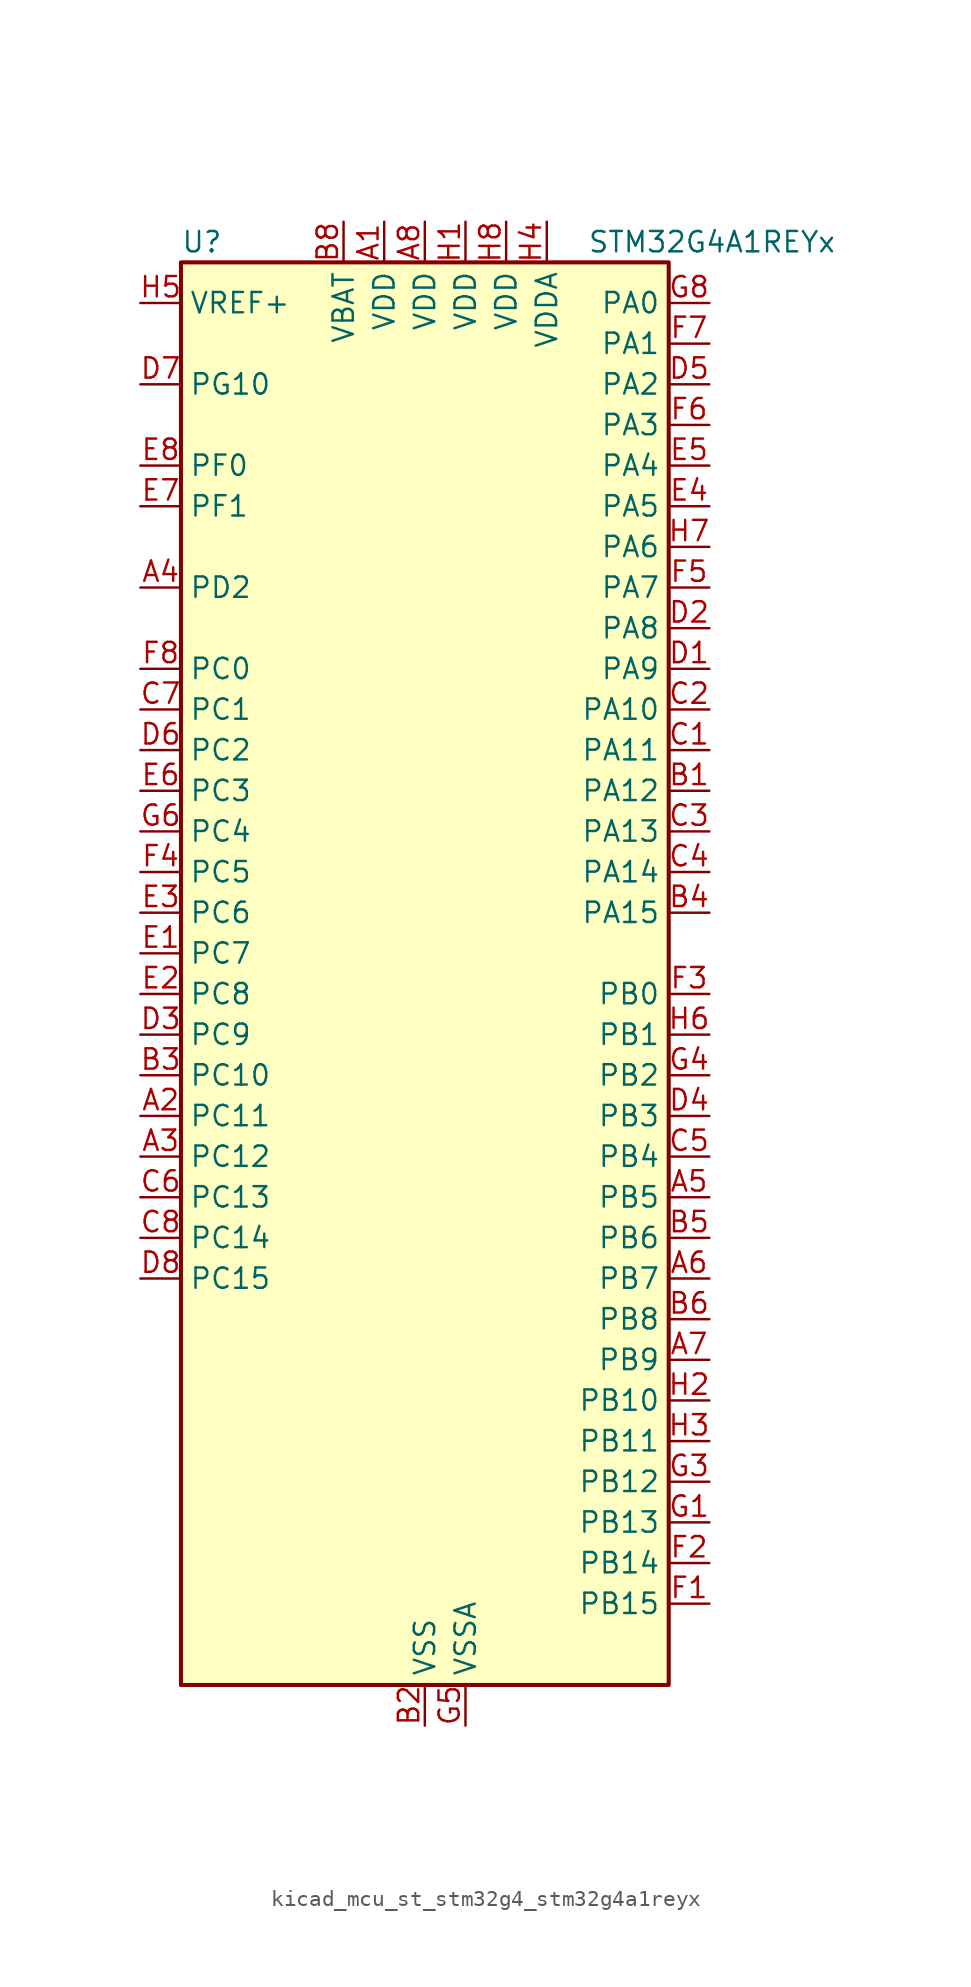
<source format=kicad_sym>
(kicad_symbol_lib
  (version 20220914)
  (generator kicad_symbol_editor)
  (symbol "kicad_mcu_st_stm32g4_stm32g4a1reyx"
    (property "Reference" "U"
      (at -15.24 46.99 0)
      (effects (font (size 1.27 1.27)) (justify left)))
    (property "Value" "STM32G4A1REYx"
      (at 10.16 46.99 0)
      (effects (font (size 1.27 1.27)) (justify left)))
    (property "ki_locked" ""
      (at 0 0 0)
      (effects (font (size 1.27 1.27))))
    (symbol "kicad_mcu_st_stm32g4_stm32g4a1reyx_0_1"
      (rectangle (start -15.24 -43.18) (end 15.24 45.72) (stroke (width 0.254) (type default)) (fill (type background))))
    (symbol "kicad_mcu_st_stm32g4_stm32g4a1reyx_1_1"
      (pin power_in line (at -2.54 48.26 270) (length 2.54) (name "VDD" (effects (font (size 1.27 1.27)))) (number "A1" (effects (font (size 1.27 1.27)))))
      (pin bidirectional line (at -17.78 -7.62 0) (length 2.54) (name "PC11" (effects (font (size 1.27 1.27)))) (number "A2" (effects (font (size 1.27 1.27)))) (alternate "ADC1_EXTI11" bidirectional line) (alternate "ADC2_EXTI11" bidirectional line) (alternate "I2C3_SDA" bidirectional line) (alternate "SPI3_MISO" bidirectional line) (alternate "TIM8_CH2N" bidirectional line) (alternate "UART4_RX" bidirectional line) (alternate "USART3_RX" bidirectional line))
      (pin bidirectional line (at -17.78 -10.16 0) (length 2.54) (name "PC12" (effects (font (size 1.27 1.27)))) (number "A3" (effects (font (size 1.27 1.27)))) (alternate "I2S3_SD" bidirectional line) (alternate "SPI3_MOSI" bidirectional line) (alternate "TIM8_CH3N" bidirectional line) (alternate "UART5_TX" bidirectional line) (alternate "UCPD1_FRSTX1" bidirectional line) (alternate "UCPD1_FRSTX2" bidirectional line) (alternate "USART3_CK" bidirectional line))
      (pin bidirectional line (at -17.78 25.4 0) (length 2.54) (name "PD2" (effects (font (size 1.27 1.27)))) (number "A4" (effects (font (size 1.27 1.27)))) (alternate "ADC3_EXTI2" bidirectional line) (alternate "TIM3_ETR" bidirectional line) (alternate "TIM8_BKIN" bidirectional line) (alternate "UART5_RX" bidirectional line))
      (pin bidirectional line (at 17.78 -12.7 180) (length 2.54) (name "PB5" (effects (font (size 1.27 1.27)))) (number "A5" (effects (font (size 1.27 1.27)))) (alternate "FDCAN2_RX" bidirectional line) (alternate "I2C1_SMBA" bidirectional line) (alternate "I2C3_SDA" bidirectional line) (alternate "I2S3_SD" bidirectional line) (alternate "LPTIM1_IN1" bidirectional line) (alternate "SAI1_SD_B" bidirectional line) (alternate "SPI1_MOSI" bidirectional line) (alternate "SPI3_MOSI" bidirectional line) (alternate "TIM16_BKIN" bidirectional line) (alternate "TIM17_CH1" bidirectional line) (alternate "TIM3_CH2" bidirectional line) (alternate "TIM8_CH3N" bidirectional line) (alternate "UART5_CTS" bidirectional line) (alternate "USART2_CK" bidirectional line))
      (pin bidirectional line (at 17.78 -17.78 180) (length 2.54) (name "PB7" (effects (font (size 1.27 1.27)))) (number "A6" (effects (font (size 1.27 1.27)))) (alternate "COMP3_OUT" bidirectional line) (alternate "I2C1_SDA" bidirectional line) (alternate "LPTIM1_IN2" bidirectional line) (alternate "SYS_PVD_IN" bidirectional line) (alternate "TIM17_CH1N" bidirectional line) (alternate "TIM3_CH4" bidirectional line) (alternate "TIM4_CH2" bidirectional line) (alternate "TIM8_BKIN" bidirectional line) (alternate "UART4_CTS" bidirectional line) (alternate "USART1_RX" bidirectional line))
      (pin bidirectional line (at 17.78 -22.86 180) (length 2.54) (name "PB9" (effects (font (size 1.27 1.27)))) (number "A7" (effects (font (size 1.27 1.27)))) (alternate "COMP2_OUT" bidirectional line) (alternate "DAC1_EXTI9" bidirectional line) (alternate "DAC3_EXTI9" bidirectional line) (alternate "FDCAN1_TX" bidirectional line) (alternate "I2C1_SDA" bidirectional line) (alternate "IR_OUT" bidirectional line) (alternate "SAI1_D2" bidirectional line) (alternate "SAI1_FS_A" bidirectional line) (alternate "TIM17_CH1" bidirectional line) (alternate "TIM1_CH3N" bidirectional line) (alternate "TIM4_CH4" bidirectional line) (alternate "TIM8_CH3" bidirectional line) (alternate "USART3_TX" bidirectional line))
      (pin power_in line (at 0 48.26 270) (length 2.54) (name "VDD" (effects (font (size 1.27 1.27)))) (number "A8" (effects (font (size 1.27 1.27)))))
      (pin bidirectional line (at 17.78 12.7 180) (length 2.54) (name "PA12" (effects (font (size 1.27 1.27)))) (number "B1" (effects (font (size 1.27 1.27)))) (alternate "COMP2_OUT" bidirectional line) (alternate "FDCAN1_TX" bidirectional line) (alternate "I2S_CKIN" bidirectional line) (alternate "TIM16_CH1" bidirectional line) (alternate "TIM1_CH2N" bidirectional line) (alternate "TIM1_ETR" bidirectional line) (alternate "TIM4_CH2" bidirectional line) (alternate "USART1_DE" bidirectional line) (alternate "USART1_RTS" bidirectional line) (alternate "USB_DP" bidirectional line))
      (pin power_in line (at 0 -45.72 90) (length 2.54) (name "VSS" (effects (font (size 1.27 1.27)))) (number "B2" (effects (font (size 1.27 1.27)))))
      (pin bidirectional line (at -17.78 -5.08 0) (length 2.54) (name "PC10" (effects (font (size 1.27 1.27)))) (number "B3" (effects (font (size 1.27 1.27)))) (alternate "DAC1_EXTI10" bidirectional line) (alternate "DAC3_EXTI10" bidirectional line) (alternate "I2S3_CK" bidirectional line) (alternate "SPI3_SCK" bidirectional line) (alternate "TIM8_CH1N" bidirectional line) (alternate "UART4_TX" bidirectional line) (alternate "USART3_TX" bidirectional line))
      (pin bidirectional line (at 17.78 5.08 180) (length 2.54) (name "PA15" (effects (font (size 1.27 1.27)))) (number "B4" (effects (font (size 1.27 1.27)))) (alternate "ADC1_EXTI15" bidirectional line) (alternate "ADC2_EXTI15" bidirectional line) (alternate "I2C1_SCL" bidirectional line) (alternate "I2S3_WS" bidirectional line) (alternate "SPI1_NSS" bidirectional line) (alternate "SPI3_NSS" bidirectional line) (alternate "SYS_JTDI" bidirectional line) (alternate "TIM1_BKIN" bidirectional line) (alternate "TIM20_ETR" bidirectional line) (alternate "TIM2_CH1" bidirectional line) (alternate "TIM2_ETR" bidirectional line) (alternate "TIM8_CH1" bidirectional line) (alternate "UART4_DE" bidirectional line) (alternate "UART4_RTS" bidirectional line) (alternate "USART2_RX" bidirectional line))
      (pin bidirectional line (at 17.78 -15.24 180) (length 2.54) (name "PB6" (effects (font (size 1.27 1.27)))) (number "B5" (effects (font (size 1.27 1.27)))) (alternate "COMP4_OUT" bidirectional line) (alternate "FDCAN2_TX" bidirectional line) (alternate "LPTIM1_ETR" bidirectional line) (alternate "SAI1_FS_B" bidirectional line) (alternate "TIM16_CH1N" bidirectional line) (alternate "TIM4_CH1" bidirectional line) (alternate "TIM8_BKIN2" bidirectional line) (alternate "TIM8_CH1" bidirectional line) (alternate "TIM8_ETR" bidirectional line) (alternate "UCPD1_CC1" bidirectional line) (alternate "USART1_TX" bidirectional line))
      (pin bidirectional line (at 17.78 -20.32 180) (length 2.54) (name "PB8" (effects (font (size 1.27 1.27)))) (number "B6" (effects (font (size 1.27 1.27)))) (alternate "COMP1_OUT" bidirectional line) (alternate "FDCAN1_RX" bidirectional line) (alternate "I2C1_SCL" bidirectional line) (alternate "SAI1_CK1" bidirectional line) (alternate "SAI1_MCLK_A" bidirectional line) (alternate "TIM16_CH1" bidirectional line) (alternate "TIM1_BKIN" bidirectional line) (alternate "TIM4_CH3" bidirectional line) (alternate "TIM8_CH2" bidirectional line) (alternate "USART3_RX" bidirectional line))
      (pin passive line (at 0 -45.72 90) (length 2.54) hide (name "VSS" (effects (font (size 1.27 1.27)))) (number "B7" (effects (font (size 1.27 1.27)))))
      (pin power_in line (at -5.08 48.26 270) (length 2.54) (name "VBAT" (effects (font (size 1.27 1.27)))) (number "B8" (effects (font (size 1.27 1.27)))))
      (pin bidirectional line (at 17.78 15.24 180) (length 2.54) (name "PA11" (effects (font (size 1.27 1.27)))) (number "C1" (effects (font (size 1.27 1.27)))) (alternate "ADC1_EXTI11" bidirectional line) (alternate "ADC2_EXTI11" bidirectional line) (alternate "COMP1_OUT" bidirectional line) (alternate "FDCAN1_RX" bidirectional line) (alternate "I2S2_SD" bidirectional line) (alternate "SPI2_MOSI" bidirectional line) (alternate "TIM1_BKIN2" bidirectional line) (alternate "TIM1_CH1N" bidirectional line) (alternate "TIM1_CH4" bidirectional line) (alternate "TIM4_CH1" bidirectional line) (alternate "USART1_CTS" bidirectional line) (alternate "USART1_NSS" bidirectional line) (alternate "USB_DM" bidirectional line))
      (pin bidirectional line (at 17.78 17.78 180) (length 2.54) (name "PA10" (effects (font (size 1.27 1.27)))) (number "C2" (effects (font (size 1.27 1.27)))) (alternate "CRS_SYNC" bidirectional line) (alternate "DAC1_EXTI10" bidirectional line) (alternate "DAC3_EXTI10" bidirectional line) (alternate "I2C2_SMBA" bidirectional line) (alternate "SAI1_D1" bidirectional line) (alternate "SAI1_SD_A" bidirectional line) (alternate "SPI2_MISO" bidirectional line) (alternate "TIM17_BKIN" bidirectional line) (alternate "TIM1_CH3" bidirectional line) (alternate "TIM2_CH4" bidirectional line) (alternate "TIM8_BKIN" bidirectional line) (alternate "UCPD1_DBCC2" bidirectional line) (alternate "USART1_RX" bidirectional line))
      (pin bidirectional line (at 17.78 10.16 180) (length 2.54) (name "PA13" (effects (font (size 1.27 1.27)))) (number "C3" (effects (font (size 1.27 1.27)))) (alternate "I2C1_SCL" bidirectional line) (alternate "IR_OUT" bidirectional line) (alternate "SAI1_SD_B" bidirectional line) (alternate "SYS_JTMS-SWDIO" bidirectional line) (alternate "TIM16_CH1N" bidirectional line) (alternate "TIM4_CH3" bidirectional line) (alternate "USART3_CTS" bidirectional line) (alternate "USART3_NSS" bidirectional line))
      (pin bidirectional line (at 17.78 7.62 180) (length 2.54) (name "PA14" (effects (font (size 1.27 1.27)))) (number "C4" (effects (font (size 1.27 1.27)))) (alternate "I2C1_SDA" bidirectional line) (alternate "LPTIM1_OUT" bidirectional line) (alternate "SAI1_FS_B" bidirectional line) (alternate "SYS_JTCK-SWCLK" bidirectional line) (alternate "TIM1_BKIN" bidirectional line) (alternate "TIM8_CH2" bidirectional line) (alternate "USART2_TX" bidirectional line))
      (pin bidirectional line (at 17.78 -10.16 180) (length 2.54) (name "PB4" (effects (font (size 1.27 1.27)))) (number "C5" (effects (font (size 1.27 1.27)))) (alternate "SAI1_MCLK_B" bidirectional line) (alternate "SPI1_MISO" bidirectional line) (alternate "SPI3_MISO" bidirectional line) (alternate "SYS_JTRST" bidirectional line) (alternate "TIM16_CH1" bidirectional line) (alternate "TIM17_BKIN" bidirectional line) (alternate "TIM3_CH1" bidirectional line) (alternate "TIM8_CH2N" bidirectional line) (alternate "UART5_DE" bidirectional line) (alternate "UART5_RTS" bidirectional line) (alternate "UCPD1_CC2" bidirectional line) (alternate "USART2_RX" bidirectional line))
      (pin bidirectional line (at -17.78 -12.7 0) (length 2.54) (name "PC13" (effects (font (size 1.27 1.27)))) (number "C6" (effects (font (size 1.27 1.27)))) (alternate "RTC_OUT1" bidirectional line) (alternate "RTC_TAMP1" bidirectional line) (alternate "RTC_TS" bidirectional line) (alternate "SYS_WKUP2" bidirectional line) (alternate "TIM1_BKIN" bidirectional line) (alternate "TIM1_CH1N" bidirectional line) (alternate "TIM8_CH4N" bidirectional line))
      (pin bidirectional line (at -17.78 17.78 0) (length 2.54) (name "PC1" (effects (font (size 1.27 1.27)))) (number "C7" (effects (font (size 1.27 1.27)))) (alternate "ADC1_IN7" bidirectional line) (alternate "ADC2_IN7" bidirectional line) (alternate "COMP3_INP" bidirectional line) (alternate "LPTIM1_OUT" bidirectional line) (alternate "LPUART1_TX" bidirectional line) (alternate "QUADSPI1_BK2_IO0" bidirectional line) (alternate "SAI1_SD_A" bidirectional line) (alternate "TIM1_CH2" bidirectional line))
      (pin bidirectional line (at -17.78 -15.24 0) (length 2.54) (name "PC14" (effects (font (size 1.27 1.27)))) (number "C8" (effects (font (size 1.27 1.27)))) (alternate "RCC_OSC32_IN" bidirectional line))
      (pin bidirectional line (at 17.78 20.32 180) (length 2.54) (name "PA9" (effects (font (size 1.27 1.27)))) (number "D1" (effects (font (size 1.27 1.27)))) (alternate "DAC1_EXTI9" bidirectional line) (alternate "DAC3_EXTI9" bidirectional line) (alternate "I2C2_SCL" bidirectional line) (alternate "I2C3_SMBA" bidirectional line) (alternate "I2S3_MCK" bidirectional line) (alternate "SAI1_FS_A" bidirectional line) (alternate "TIM15_BKIN" bidirectional line) (alternate "TIM1_CH2" bidirectional line) (alternate "TIM2_CH3" bidirectional line) (alternate "UCPD1_DBCC1" bidirectional line) (alternate "USART1_TX" bidirectional line))
      (pin bidirectional line (at 17.78 22.86 180) (length 2.54) (name "PA8" (effects (font (size 1.27 1.27)))) (number "D2" (effects (font (size 1.27 1.27)))) (alternate "I2C2_SDA" bidirectional line) (alternate "I2C3_SCL" bidirectional line) (alternate "I2S2_MCK" bidirectional line) (alternate "RCC_MCO" bidirectional line) (alternate "SAI1_CK2" bidirectional line) (alternate "SAI1_SCK_A" bidirectional line) (alternate "TIM1_CH1" bidirectional line) (alternate "TIM4_ETR" bidirectional line) (alternate "USART1_CK" bidirectional line))
      (pin bidirectional line (at -17.78 -2.54 0) (length 2.54) (name "PC9" (effects (font (size 1.27 1.27)))) (number "D3" (effects (font (size 1.27 1.27)))) (alternate "DAC1_EXTI9" bidirectional line) (alternate "DAC3_EXTI9" bidirectional line) (alternate "I2C3_SDA" bidirectional line) (alternate "I2S_CKIN" bidirectional line) (alternate "TIM3_CH4" bidirectional line) (alternate "TIM8_BKIN2" bidirectional line) (alternate "TIM8_CH4" bidirectional line))
      (pin bidirectional line (at 17.78 -7.62 180) (length 2.54) (name "PB3" (effects (font (size 1.27 1.27)))) (number "D4" (effects (font (size 1.27 1.27)))) (alternate "ADC3_EXTI3" bidirectional line) (alternate "CRS_SYNC" bidirectional line) (alternate "I2S3_CK" bidirectional line) (alternate "SAI1_SCK_B" bidirectional line) (alternate "SPI1_SCK" bidirectional line) (alternate "SPI3_SCK" bidirectional line) (alternate "SYS_JTDO-SWO" bidirectional line) (alternate "TIM2_CH2" bidirectional line) (alternate "TIM3_ETR" bidirectional line) (alternate "TIM4_ETR" bidirectional line) (alternate "TIM8_CH1N" bidirectional line) (alternate "USART2_TX" bidirectional line))
      (pin bidirectional line (at 17.78 38.1 180) (length 2.54) (name "PA2" (effects (font (size 1.27 1.27)))) (number "D5" (effects (font (size 1.27 1.27)))) (alternate "ADC1_IN3" bidirectional line) (alternate "ADC3_EXTI2" bidirectional line) (alternate "COMP2_INM" bidirectional line) (alternate "COMP2_OUT" bidirectional line) (alternate "LPUART1_TX" bidirectional line) (alternate "OPAMP1_VOUT" bidirectional line) (alternate "QUADSPI1_BK1_NCS" bidirectional line) (alternate "RCC_LSCO" bidirectional line) (alternate "SYS_WKUP4" bidirectional line) (alternate "TIM15_CH1" bidirectional line) (alternate "TIM2_CH3" bidirectional line) (alternate "UCPD1_FRSTX1" bidirectional line) (alternate "UCPD1_FRSTX2" bidirectional line) (alternate "USART2_TX" bidirectional line))
      (pin bidirectional line (at -17.78 15.24 0) (length 2.54) (name "PC2" (effects (font (size 1.27 1.27)))) (number "D6" (effects (font (size 1.27 1.27)))) (alternate "ADC1_IN8" bidirectional line) (alternate "ADC2_IN8" bidirectional line) (alternate "ADC3_EXTI2" bidirectional line) (alternate "COMP3_OUT" bidirectional line) (alternate "LPTIM1_IN2" bidirectional line) (alternate "QUADSPI1_BK2_IO1" bidirectional line) (alternate "TIM1_CH3" bidirectional line) (alternate "TIM20_CH2" bidirectional line))
      (pin bidirectional line (at -17.78 38.1 0) (length 2.54) (name "PG10" (effects (font (size 1.27 1.27)))) (number "D7" (effects (font (size 1.27 1.27)))) (alternate "DAC1_EXTI10" bidirectional line) (alternate "DAC3_EXTI10" bidirectional line) (alternate "RCC_MCO" bidirectional line))
      (pin bidirectional line (at -17.78 -17.78 0) (length 2.54) (name "PC15" (effects (font (size 1.27 1.27)))) (number "D8" (effects (font (size 1.27 1.27)))) (alternate "ADC1_EXTI15" bidirectional line) (alternate "ADC2_EXTI15" bidirectional line) (alternate "RCC_OSC32_OUT" bidirectional line))
      (pin bidirectional line (at -17.78 2.54 0) (length 2.54) (name "PC7" (effects (font (size 1.27 1.27)))) (number "E1" (effects (font (size 1.27 1.27)))) (alternate "I2S3_MCK" bidirectional line) (alternate "TIM3_CH2" bidirectional line) (alternate "TIM8_CH2" bidirectional line))
      (pin bidirectional line (at -17.78 0 0) (length 2.54) (name "PC8" (effects (font (size 1.27 1.27)))) (number "E2" (effects (font (size 1.27 1.27)))) (alternate "I2C3_SCL" bidirectional line) (alternate "TIM20_CH3" bidirectional line) (alternate "TIM3_CH3" bidirectional line) (alternate "TIM8_CH3" bidirectional line))
      (pin bidirectional line (at -17.78 5.08 0) (length 2.54) (name "PC6" (effects (font (size 1.27 1.27)))) (number "E3" (effects (font (size 1.27 1.27)))) (alternate "I2S2_MCK" bidirectional line) (alternate "TIM3_CH1" bidirectional line) (alternate "TIM8_CH1" bidirectional line))
      (pin bidirectional line (at 17.78 30.48 180) (length 2.54) (name "PA5" (effects (font (size 1.27 1.27)))) (number "E4" (effects (font (size 1.27 1.27)))) (alternate "ADC2_IN13" bidirectional line) (alternate "COMP2_INM" bidirectional line) (alternate "DAC1_OUT2" bidirectional line) (alternate "OPAMP2_VINM" bidirectional line) (alternate "OPAMP2_VINM0" bidirectional line) (alternate "OPAMP2_VINM_SEC" bidirectional line) (alternate "SPI1_SCK" bidirectional line) (alternate "TIM2_CH1" bidirectional line) (alternate "TIM2_ETR" bidirectional line) (alternate "UCPD1_FRSTX1" bidirectional line) (alternate "UCPD1_FRSTX2" bidirectional line))
      (pin bidirectional line (at 17.78 33.02 180) (length 2.54) (name "PA4" (effects (font (size 1.27 1.27)))) (number "E5" (effects (font (size 1.27 1.27)))) (alternate "ADC2_IN17" bidirectional line) (alternate "COMP1_INM" bidirectional line) (alternate "DAC1_OUT1" bidirectional line) (alternate "I2S3_WS" bidirectional line) (alternate "SAI1_FS_B" bidirectional line) (alternate "SPI1_NSS" bidirectional line) (alternate "SPI3_NSS" bidirectional line) (alternate "TIM3_CH2" bidirectional line) (alternate "USART2_CK" bidirectional line))
      (pin bidirectional line (at -17.78 12.7 0) (length 2.54) (name "PC3" (effects (font (size 1.27 1.27)))) (number "E6" (effects (font (size 1.27 1.27)))) (alternate "ADC1_IN9" bidirectional line) (alternate "ADC2_IN9" bidirectional line) (alternate "ADC3_EXTI3" bidirectional line) (alternate "LPTIM1_ETR" bidirectional line) (alternate "QUADSPI1_BK2_IO2" bidirectional line) (alternate "SAI1_D1" bidirectional line) (alternate "SAI1_SD_A" bidirectional line) (alternate "TIM1_BKIN2" bidirectional line) (alternate "TIM1_CH4" bidirectional line))
      (pin bidirectional line (at -17.78 30.48 0) (length 2.54) (name "PF1" (effects (font (size 1.27 1.27)))) (number "E7" (effects (font (size 1.27 1.27)))) (alternate "ADC2_IN10" bidirectional line) (alternate "COMP3_INM" bidirectional line) (alternate "I2S2_CK" bidirectional line) (alternate "RCC_OSC_OUT" bidirectional line) (alternate "SPI2_SCK" bidirectional line))
      (pin bidirectional line (at -17.78 33.02 0) (length 2.54) (name "PF0" (effects (font (size 1.27 1.27)))) (number "E8" (effects (font (size 1.27 1.27)))) (alternate "ADC1_IN10" bidirectional line) (alternate "I2C2_SDA" bidirectional line) (alternate "I2S2_WS" bidirectional line) (alternate "RCC_OSC_IN" bidirectional line) (alternate "SPI2_NSS" bidirectional line) (alternate "TIM1_CH3N" bidirectional line))
      (pin bidirectional line (at 17.78 -38.1 180) (length 2.54) (name "PB15" (effects (font (size 1.27 1.27)))) (number "F1" (effects (font (size 1.27 1.27)))) (alternate "ADC1_EXTI15" bidirectional line) (alternate "ADC2_EXTI15" bidirectional line) (alternate "ADC2_IN15" bidirectional line) (alternate "COMP3_OUT" bidirectional line) (alternate "I2S2_SD" bidirectional line) (alternate "RTC_REFIN" bidirectional line) (alternate "SPI2_MOSI" bidirectional line) (alternate "TIM15_CH1N" bidirectional line) (alternate "TIM15_CH2" bidirectional line) (alternate "TIM1_CH3N" bidirectional line))
      (pin bidirectional line (at 17.78 -35.56 180) (length 2.54) (name "PB14" (effects (font (size 1.27 1.27)))) (number "F2" (effects (font (size 1.27 1.27)))) (alternate "ADC1_IN5" bidirectional line) (alternate "COMP4_OUT" bidirectional line) (alternate "OPAMP2_VINP" bidirectional line) (alternate "OPAMP2_VINP_SEC" bidirectional line) (alternate "SPI2_MISO" bidirectional line) (alternate "TIM15_CH1" bidirectional line) (alternate "TIM1_CH2N" bidirectional line) (alternate "USART3_DE" bidirectional line) (alternate "USART3_RTS" bidirectional line))
      (pin bidirectional line (at 17.78 0 180) (length 2.54) (name "PB0" (effects (font (size 1.27 1.27)))) (number "F3" (effects (font (size 1.27 1.27)))) (alternate "ADC1_IN15" bidirectional line) (alternate "ADC3_IN12" bidirectional line) (alternate "COMP4_INP" bidirectional line) (alternate "OPAMP2_VINP" bidirectional line) (alternate "OPAMP2_VINP_SEC" bidirectional line) (alternate "OPAMP3_VINP" bidirectional line) (alternate "OPAMP3_VINP_SEC" bidirectional line) (alternate "QUADSPI1_BK1_IO1" bidirectional line) (alternate "TIM1_CH2N" bidirectional line) (alternate "TIM3_CH3" bidirectional line) (alternate "TIM8_CH2N" bidirectional line) (alternate "UCPD1_FRSTX1" bidirectional line) (alternate "UCPD1_FRSTX2" bidirectional line))
      (pin bidirectional line (at -17.78 7.62 0) (length 2.54) (name "PC5" (effects (font (size 1.27 1.27)))) (number "F4" (effects (font (size 1.27 1.27)))) (alternate "ADC2_IN11" bidirectional line) (alternate "OPAMP1_VINM" bidirectional line) (alternate "OPAMP1_VINM1" bidirectional line) (alternate "OPAMP1_VINM_SEC" bidirectional line) (alternate "OPAMP2_VINM" bidirectional line) (alternate "OPAMP2_VINM1" bidirectional line) (alternate "OPAMP2_VINM_SEC" bidirectional line) (alternate "SAI1_D3" bidirectional line) (alternate "SYS_WKUP5" bidirectional line) (alternate "TIM15_BKIN" bidirectional line) (alternate "TIM1_CH4N" bidirectional line) (alternate "USART1_RX" bidirectional line))
      (pin bidirectional line (at 17.78 25.4 180) (length 2.54) (name "PA7" (effects (font (size 1.27 1.27)))) (number "F5" (effects (font (size 1.27 1.27)))) (alternate "ADC2_IN4" bidirectional line) (alternate "COMP2_INP" bidirectional line) (alternate "COMP2_OUT" bidirectional line) (alternate "OPAMP1_VINP" bidirectional line) (alternate "OPAMP1_VINP_SEC" bidirectional line) (alternate "OPAMP2_VINP" bidirectional line) (alternate "OPAMP2_VINP_SEC" bidirectional line) (alternate "QUADSPI1_BK1_IO2" bidirectional line) (alternate "SPI1_MOSI" bidirectional line) (alternate "TIM17_CH1" bidirectional line) (alternate "TIM1_CH1N" bidirectional line) (alternate "TIM3_CH2" bidirectional line) (alternate "TIM8_CH1N" bidirectional line) (alternate "UCPD1_FRSTX1" bidirectional line) (alternate "UCPD1_FRSTX2" bidirectional line))
      (pin bidirectional line (at 17.78 35.56 180) (length 2.54) (name "PA3" (effects (font (size 1.27 1.27)))) (number "F6" (effects (font (size 1.27 1.27)))) (alternate "ADC1_IN4" bidirectional line) (alternate "ADC3_EXTI3" bidirectional line) (alternate "COMP2_INP" bidirectional line) (alternate "LPUART1_RX" bidirectional line) (alternate "OPAMP1_VINM" bidirectional line) (alternate "OPAMP1_VINM0" bidirectional line) (alternate "OPAMP1_VINM_SEC" bidirectional line) (alternate "OPAMP1_VINP" bidirectional line) (alternate "OPAMP1_VINP_SEC" bidirectional line) (alternate "QUADSPI1_CLK" bidirectional line) (alternate "SAI1_CK1" bidirectional line) (alternate "SAI1_MCLK_A" bidirectional line) (alternate "TIM15_CH2" bidirectional line) (alternate "TIM2_CH4" bidirectional line) (alternate "USART2_RX" bidirectional line))
      (pin bidirectional line (at 17.78 40.64 180) (length 2.54) (name "PA1" (effects (font (size 1.27 1.27)))) (number "F7" (effects (font (size 1.27 1.27)))) (alternate "ADC1_IN2" bidirectional line) (alternate "ADC2_IN2" bidirectional line) (alternate "COMP1_INP" bidirectional line) (alternate "OPAMP1_VINP" bidirectional line) (alternate "OPAMP1_VINP_SEC" bidirectional line) (alternate "OPAMP3_VINP" bidirectional line) (alternate "OPAMP3_VINP_SEC" bidirectional line) (alternate "OPAMP6_VINM" bidirectional line) (alternate "OPAMP6_VINM0" bidirectional line) (alternate "OPAMP6_VINM_SEC" bidirectional line) (alternate "RTC_REFIN" bidirectional line) (alternate "TIM15_CH1N" bidirectional line) (alternate "TIM2_CH2" bidirectional line) (alternate "USART2_DE" bidirectional line) (alternate "USART2_RTS" bidirectional line))
      (pin bidirectional line (at -17.78 20.32 0) (length 2.54) (name "PC0" (effects (font (size 1.27 1.27)))) (number "F8" (effects (font (size 1.27 1.27)))) (alternate "ADC1_IN6" bidirectional line) (alternate "ADC2_IN6" bidirectional line) (alternate "COMP3_INM" bidirectional line) (alternate "LPTIM1_IN1" bidirectional line) (alternate "LPUART1_RX" bidirectional line) (alternate "TIM1_CH1" bidirectional line))
      (pin bidirectional line (at 17.78 -33.02 180) (length 2.54) (name "PB13" (effects (font (size 1.27 1.27)))) (number "G1" (effects (font (size 1.27 1.27)))) (alternate "ADC3_IN5" bidirectional line) (alternate "FDCAN2_TX" bidirectional line) (alternate "I2S2_CK" bidirectional line) (alternate "LPUART1_CTS" bidirectional line) (alternate "OPAMP3_VINP" bidirectional line) (alternate "OPAMP3_VINP_SEC" bidirectional line) (alternate "OPAMP6_VINP" bidirectional line) (alternate "OPAMP6_VINP_SEC" bidirectional line) (alternate "SPI2_SCK" bidirectional line) (alternate "TIM1_CH1N" bidirectional line) (alternate "USART3_CTS" bidirectional line) (alternate "USART3_NSS" bidirectional line))
      (pin passive line (at 0 -45.72 90) (length 2.54) hide (name "VSS" (effects (font (size 1.27 1.27)))) (number "G2" (effects (font (size 1.27 1.27)))))
      (pin bidirectional line (at 17.78 -30.48 180) (length 2.54) (name "PB12" (effects (font (size 1.27 1.27)))) (number "G3" (effects (font (size 1.27 1.27)))) (alternate "ADC1_IN11" bidirectional line) (alternate "FDCAN2_RX" bidirectional line) (alternate "I2C2_SMBA" bidirectional line) (alternate "I2S2_WS" bidirectional line) (alternate "LPUART1_DE" bidirectional line) (alternate "LPUART1_RTS" bidirectional line) (alternate "OPAMP6_VINP" bidirectional line) (alternate "OPAMP6_VINP_SEC" bidirectional line) (alternate "SPI2_NSS" bidirectional line) (alternate "TIM1_BKIN" bidirectional line) (alternate "USART3_CK" bidirectional line))
      (pin bidirectional line (at 17.78 -5.08 180) (length 2.54) (name "PB2" (effects (font (size 1.27 1.27)))) (number "G4" (effects (font (size 1.27 1.27)))) (alternate "ADC2_IN12" bidirectional line) (alternate "ADC3_EXTI2" bidirectional line) (alternate "COMP4_INM" bidirectional line) (alternate "I2C3_SMBA" bidirectional line) (alternate "LPTIM1_OUT" bidirectional line) (alternate "OPAMP3_VINM" bidirectional line) (alternate "OPAMP3_VINM0" bidirectional line) (alternate "OPAMP3_VINM_SEC" bidirectional line) (alternate "QUADSPI1_BK2_IO1" bidirectional line) (alternate "RTC_OUT2" bidirectional line) (alternate "TIM20_CH1" bidirectional line))
      (pin power_in line (at 2.54 -45.72 90) (length 2.54) (name "VSSA" (effects (font (size 1.27 1.27)))) (number "G5" (effects (font (size 1.27 1.27)))))
      (pin bidirectional line (at -17.78 10.16 0) (length 2.54) (name "PC4" (effects (font (size 1.27 1.27)))) (number "G6" (effects (font (size 1.27 1.27)))) (alternate "ADC2_IN5" bidirectional line) (alternate "I2C2_SCL" bidirectional line) (alternate "QUADSPI1_BK2_IO3" bidirectional line) (alternate "TIM1_ETR" bidirectional line) (alternate "USART1_TX" bidirectional line))
      (pin passive line (at 0 -45.72 90) (length 2.54) hide (name "VSS" (effects (font (size 1.27 1.27)))) (number "G7" (effects (font (size 1.27 1.27)))))
      (pin bidirectional line (at 17.78 43.18 180) (length 2.54) (name "PA0" (effects (font (size 1.27 1.27)))) (number "G8" (effects (font (size 1.27 1.27)))) (alternate "ADC1_IN1" bidirectional line) (alternate "ADC2_IN1" bidirectional line) (alternate "COMP1_INM" bidirectional line) (alternate "COMP1_OUT" bidirectional line) (alternate "COMP3_INP" bidirectional line) (alternate "RTC_TAMP2" bidirectional line) (alternate "SYS_WKUP1" bidirectional line) (alternate "TIM2_CH1" bidirectional line) (alternate "TIM2_ETR" bidirectional line) (alternate "TIM8_BKIN" bidirectional line) (alternate "TIM8_ETR" bidirectional line) (alternate "USART2_CTS" bidirectional line) (alternate "USART2_NSS" bidirectional line))
      (pin power_in line (at 2.54 48.26 270) (length 2.54) (name "VDD" (effects (font (size 1.27 1.27)))) (number "H1" (effects (font (size 1.27 1.27)))))
      (pin bidirectional line (at 17.78 -25.4 180) (length 2.54) (name "PB10" (effects (font (size 1.27 1.27)))) (number "H2" (effects (font (size 1.27 1.27)))) (alternate "DAC1_EXTI10" bidirectional line) (alternate "DAC3_EXTI10" bidirectional line) (alternate "LPUART1_RX" bidirectional line) (alternate "OPAMP3_VINM" bidirectional line) (alternate "OPAMP3_VINM1" bidirectional line) (alternate "OPAMP3_VINM_SEC" bidirectional line) (alternate "QUADSPI1_CLK" bidirectional line) (alternate "SAI1_SCK_A" bidirectional line) (alternate "TIM1_BKIN" bidirectional line) (alternate "TIM2_CH3" bidirectional line) (alternate "USART3_TX" bidirectional line))
      (pin bidirectional line (at 17.78 -27.94 180) (length 2.54) (name "PB11" (effects (font (size 1.27 1.27)))) (number "H3" (effects (font (size 1.27 1.27)))) (alternate "ADC1_EXTI11" bidirectional line) (alternate "ADC1_IN14" bidirectional line) (alternate "ADC2_EXTI11" bidirectional line) (alternate "ADC2_IN14" bidirectional line) (alternate "LPUART1_TX" bidirectional line) (alternate "OPAMP6_VOUT" bidirectional line) (alternate "QUADSPI1_BK1_NCS" bidirectional line) (alternate "TIM2_CH4" bidirectional line) (alternate "USART3_RX" bidirectional line))
      (pin power_in line (at 7.62 48.26 270) (length 2.54) (name "VDDA" (effects (font (size 1.27 1.27)))) (number "H4" (effects (font (size 1.27 1.27)))))
      (pin input line (at -17.78 43.18 0) (length 2.54) (name "VREF+" (effects (font (size 1.27 1.27)))) (number "H5" (effects (font (size 1.27 1.27)))) (alternate "VREFBUF_OUT" bidirectional line))
      (pin bidirectional line (at 17.78 -2.54 180) (length 2.54) (name "PB1" (effects (font (size 1.27 1.27)))) (number "H6" (effects (font (size 1.27 1.27)))) (alternate "ADC1_IN12" bidirectional line) (alternate "ADC3_IN1" bidirectional line) (alternate "COMP1_INP" bidirectional line) (alternate "COMP4_OUT" bidirectional line) (alternate "LPUART1_DE" bidirectional line) (alternate "LPUART1_RTS" bidirectional line) (alternate "OPAMP3_VOUT" bidirectional line) (alternate "OPAMP6_VINM" bidirectional line) (alternate "OPAMP6_VINM1" bidirectional line) (alternate "OPAMP6_VINM_SEC" bidirectional line) (alternate "QUADSPI1_BK1_IO0" bidirectional line) (alternate "TIM1_CH3N" bidirectional line) (alternate "TIM3_CH4" bidirectional line) (alternate "TIM8_CH3N" bidirectional line))
      (pin bidirectional line (at 17.78 27.94 180) (length 2.54) (name "PA6" (effects (font (size 1.27 1.27)))) (number "H7" (effects (font (size 1.27 1.27)))) (alternate "ADC2_IN3" bidirectional line) (alternate "COMP1_OUT" bidirectional line) (alternate "LPUART1_CTS" bidirectional line) (alternate "OPAMP2_VOUT" bidirectional line) (alternate "QUADSPI1_BK1_IO3" bidirectional line) (alternate "SPI1_MISO" bidirectional line) (alternate "TIM16_CH1" bidirectional line) (alternate "TIM1_BKIN" bidirectional line) (alternate "TIM3_CH1" bidirectional line) (alternate "TIM8_BKIN" bidirectional line))
      (pin power_in line (at 5.08 48.26 270) (length 2.54) (name "VDD" (effects (font (size 1.27 1.27)))) (number "H8" (effects (font (size 1.27 1.27))))))))
</source>
